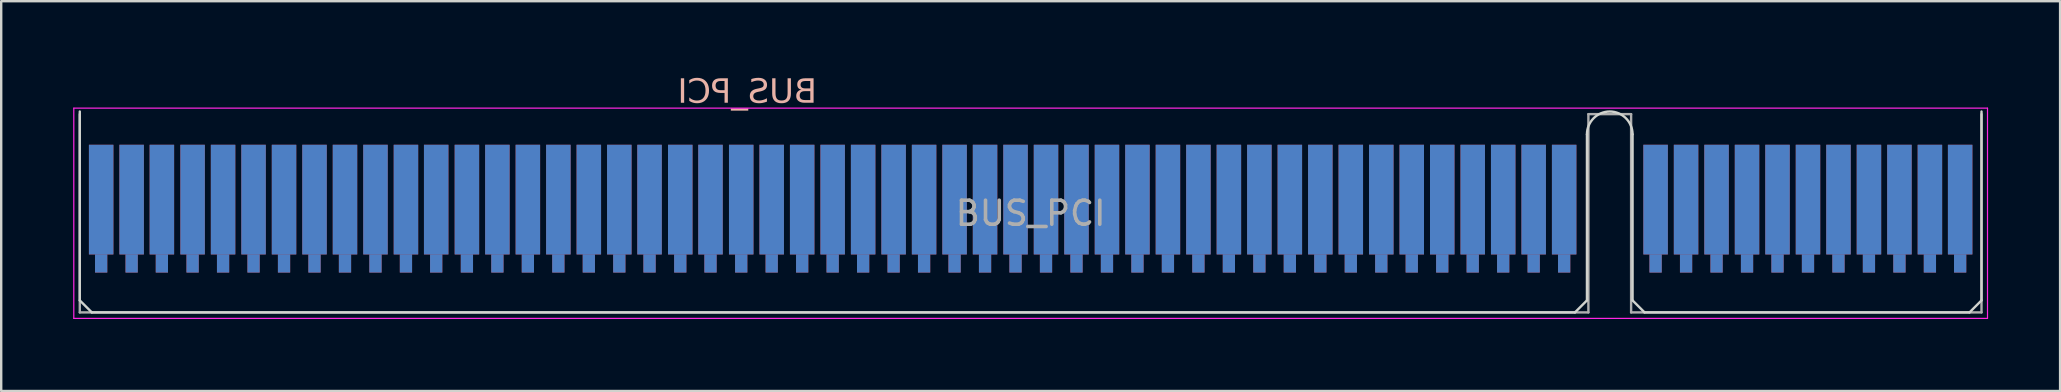
<source format=kicad_pcb>
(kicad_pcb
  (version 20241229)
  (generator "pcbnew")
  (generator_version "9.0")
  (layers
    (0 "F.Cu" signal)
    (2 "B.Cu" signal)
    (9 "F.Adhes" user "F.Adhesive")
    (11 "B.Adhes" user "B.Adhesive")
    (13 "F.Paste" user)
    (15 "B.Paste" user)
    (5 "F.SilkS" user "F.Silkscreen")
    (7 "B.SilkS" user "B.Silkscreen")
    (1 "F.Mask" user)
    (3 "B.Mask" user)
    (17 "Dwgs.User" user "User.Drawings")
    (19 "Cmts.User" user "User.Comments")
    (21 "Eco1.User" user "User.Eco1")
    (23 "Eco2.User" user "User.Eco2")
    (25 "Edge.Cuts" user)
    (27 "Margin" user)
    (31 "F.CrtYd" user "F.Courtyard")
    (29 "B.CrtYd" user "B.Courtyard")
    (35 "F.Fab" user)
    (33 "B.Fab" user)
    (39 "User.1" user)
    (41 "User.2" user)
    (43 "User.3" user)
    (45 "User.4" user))
  (footprint "BUS_PCI"
    (layer "F.Cu")
    (at 39.895 6.597)
    (property "Reference" "BUS_PCI" (at -11.81 -5.78 0) (layer "B.SilkS") (effects (font (face "Anko Personal Use SemBd") (size 1 1) (thickness 0.15)) (justify mirror)))
    (attr exclude_from_pos_files exclude_from_bom)
    (fp_line (start -39.62 -5) (end -39.62 2.87) (stroke (width 0.1) (type solid)) (layer "Edge.Cuts"))
    (fp_line (start -39.62 2.87) (end -39.12 3.37) (stroke (width 0.1) (type solid)) (layer "Edge.Cuts"))
    (fp_line (start -39.12 3.37) (end 22.68 3.37) (stroke (width 0.1) (type solid)) (layer "Edge.Cuts"))
    (fp_line (start 23.18 -4.05) (end 23.18 2.87) (stroke (width 0.1) (type solid)) (layer "Edge.Cuts"))
    (fp_line (start 23.18 2.87) (end 22.68 3.37) (stroke (width 0.1) (type solid)) (layer "Edge.Cuts"))
    (fp_line (start 25.08 -4.05) (end 25.08 2.87) (stroke (width 0.1) (type solid)) (layer "Edge.Cuts"))
    (fp_line (start 25.08 2.87) (end 25.58 3.37) (stroke (width 0.1) (type solid)) (layer "Edge.Cuts"))
    (fp_line (start 25.58 3.37) (end 39.12 3.37) (stroke (width 0.1) (type solid)) (layer "Edge.Cuts"))
    (fp_line (start 39.62 -5) (end 39.62 2.87) (stroke (width 0.1) (type solid)) (layer "Edge.Cuts"))
    (fp_line (start 39.62 2.87) (end 39.12 3.37) (stroke (width 0.1) (type solid)) (layer "Edge.Cuts"))
    (fp_arc (start 23.18 -4.05) (mid 24.13 -5) (end 25.08 -4.05) (stroke (width 0.1) (type solid)) (layer "Edge.Cuts"))
    (fp_line (start -39.87 -5.14) (end -39.87 3.62) (stroke (width 0.05) (type solid)) (layer "F.CrtYd"))
    (fp_line (start -39.87 -5.14) (end 39.87 -5.14) (stroke (width 0.05) (type solid)) (layer "F.CrtYd"))
    (fp_line (start 39.87 3.62) (end -39.87 3.62) (stroke (width 0.05) (type solid)) (layer "F.CrtYd"))
    (fp_line (start 39.87 3.62) (end 39.87 -5.14) (stroke (width 0.05) (type solid)) (layer "F.CrtYd"))
    (fp_line (start -39.62 -4.89) (end -39.62 3.37) (stroke (width 0.1) (type solid)) (layer "F.Fab"))
    (fp_line (start -39.62 3.37) (end 23.24 3.37) (stroke (width 0.1) (type solid)) (layer "F.Fab"))
    (fp_line (start 23.24 -4.89) (end 25.02 -4.89) (stroke (width 0.1) (type solid)) (layer "F.Fab"))
    (fp_line (start 23.24 3.37) (end 23.24 -4.89) (stroke (width 0.1) (type solid)) (layer "F.Fab"))
    (fp_line (start 25.02 -4.89) (end 25.02 3.37) (stroke (width 0.1) (type solid)) (layer "F.Fab"))
    (fp_line (start 25.02 3.37) (end 39.62 3.37) (stroke (width 0.1) (type solid)) (layer "F.Fab"))
    (fp_line (start 39.62 3.37) (end 39.62 -4.89) (stroke (width 0.1) (type solid)) (layer "F.Fab"))
    (fp_text user "${REFERENCE}" (at 0 -0.76 0) (layer "F.Fab") (effects (font (size 1 1) (thickness 0.15))))
    (pad "A1" connect rect (at -38.73 -1.33) (size 1.02 4.57) (layers "B.Cu" "B.Mask"))
    (pad "A1" connect rect (at -38.73 1.33) (size 0.51 0.76) (layers "B.Cu" "B.Mask"))
    (pad "A2" connect rect (at -37.46 -1.33) (size 1.02 4.57) (layers "B.Cu" "B.Mask"))
    (pad "A2" connect rect (at -37.46 1.33) (size 0.51 0.76) (layers "B.Cu" "B.Mask"))
    (pad "A3" connect rect (at -36.2 -1.33) (size 1.02 4.57) (layers "B.Cu" "B.Mask"))
    (pad "A3" connect rect (at -36.2 1.33) (size 0.51 0.76) (layers "B.Cu" "B.Mask"))
    (pad "A4" connect rect (at -34.92 -1.33) (size 1.02 4.57) (layers "B.Cu" "B.Mask"))
    (pad "A4" connect rect (at -34.92 1.33) (size 0.51 0.76) (layers "B.Cu" "B.Mask"))
    (pad "A5" connect rect (at -33.65 -1.33) (size 1.02 4.57) (layers "B.Cu" "B.Mask"))
    (pad "A5" connect rect (at -33.65 1.33) (size 0.51 0.76) (layers "B.Cu" "B.Mask"))
    (pad "A6" connect rect (at -32.38 -1.33) (size 1.02 4.57) (layers "B.Cu" "B.Mask"))
    (pad "A6" connect rect (at -32.38 1.33) (size 0.51 0.76) (layers "B.Cu" "B.Mask"))
    (pad "A7" connect rect (at -31.11 -1.33) (size 1.02 4.57) (layers "B.Cu" "B.Mask"))
    (pad "A7" connect rect (at -31.11 1.33) (size 0.51 0.76) (layers "B.Cu" "B.Mask"))
    (pad "A8" connect rect (at -29.84 -1.33) (size 1.02 4.57) (layers "B.Cu" "B.Mask"))
    (pad "A8" connect rect (at -29.84 1.33) (size 0.51 0.76) (layers "B.Cu" "B.Mask"))
    (pad "A9" connect rect (at -28.57 -1.33) (size 1.02 4.57) (layers "B.Cu" "B.Mask"))
    (pad "A9" connect rect (at -28.57 1.33) (size 0.51 0.76) (layers "B.Cu" "B.Mask"))
    (pad "A10" connect rect (at -27.3 -1.33) (size 1.02 4.57) (layers "B.Cu" "B.Mask"))
    (pad "A10" connect rect (at -27.3 1.33) (size 0.51 0.76) (layers "B.Cu" "B.Mask"))
    (pad "A11" connect rect (at -26.03 -1.33) (size 1.02 4.57) (layers "B.Cu" "B.Mask"))
    (pad "A11" connect rect (at -26.03 1.33) (size 0.51 0.76) (layers "B.Cu" "B.Mask"))
    (pad "A12" connect rect (at -24.77 -1.33) (size 1.02 4.57) (layers "B.Cu" "B.Mask"))
    (pad "A12" connect rect (at -24.77 1.33) (size 0.51 0.76) (layers "B.Cu" "B.Mask"))
    (pad "A13" connect rect (at -23.49 -1.33) (size 1.02 4.57) (layers "B.Cu" "B.Mask"))
    (pad "A13" connect rect (at -23.49 1.33) (size 0.51 0.76) (layers "B.Cu" "B.Mask"))
    (pad "A14" connect rect (at -22.22 -1.33) (size 1.02 4.57) (layers "B.Cu" "B.Mask"))
    (pad "A14" connect rect (at -22.22 1.33) (size 0.51 0.76) (layers "B.Cu" "B.Mask"))
    (pad "A15" connect rect (at -20.95 -1.33) (size 1.02 4.57) (layers "B.Cu" "B.Mask"))
    (pad "A15" connect rect (at -20.95 1.33) (size 0.51 0.76) (layers "B.Cu" "B.Mask"))
    (pad "A16" connect rect (at -19.68 -1.33) (size 1.02 4.57) (layers "B.Cu" "B.Mask"))
    (pad "A16" connect rect (at -19.68 1.33) (size 0.51 0.76) (layers "B.Cu" "B.Mask"))
    (pad "A17" connect rect (at -18.41 -1.33) (size 1.02 4.57) (layers "B.Cu" "B.Mask"))
    (pad "A17" connect rect (at -18.41 1.33) (size 0.51 0.76) (layers "B.Cu" "B.Mask"))
    (pad "A18" connect rect (at -17.14 -1.33) (size 1.02 4.57) (layers "B.Cu" "B.Mask"))
    (pad "A18" connect rect (at -17.14 1.33) (size 0.51 0.76) (layers "B.Cu" "B.Mask"))
    (pad "A19" connect rect (at -15.88 -1.33) (size 1.02 4.57) (layers "B.Cu" "B.Mask"))
    (pad "A19" connect rect (at -15.88 1.33) (size 0.51 0.76) (layers "B.Cu" "B.Mask"))
    (pad "A20" connect rect (at -14.6 -1.33) (size 1.02 4.57) (layers "B.Cu" "B.Mask"))
    (pad "A20" connect rect (at -14.6 1.33) (size 0.51 0.76) (layers "B.Cu" "B.Mask"))
    (pad "A21" connect rect (at -13.34 -1.33) (size 1.02 4.57) (layers "B.Cu" "B.Mask"))
    (pad "A21" connect rect (at -13.34 1.33) (size 0.51 0.76) (layers "B.Cu" "B.Mask"))
    (pad "A22" connect rect (at -12.06 -1.33) (size 1.02 4.57) (layers "B.Cu" "B.Mask"))
    (pad "A22" connect rect (at -12.06 1.33) (size 0.51 0.76) (layers "B.Cu" "B.Mask"))
    (pad "A23" connect rect (at -10.79 -1.33) (size 1.02 4.57) (layers "B.Cu" "B.Mask"))
    (pad "A23" connect rect (at -10.79 1.33) (size 0.51 0.76) (layers "B.Cu" "B.Mask"))
    (pad "A24" connect rect (at -9.52 -1.33) (size 1.02 4.57) (layers "B.Cu" "B.Mask"))
    (pad "A24" connect rect (at -9.52 1.33) (size 0.51 0.76) (layers "B.Cu" "B.Mask"))
    (pad "A25" connect rect (at -8.25 -1.33) (size 1.02 4.57) (layers "B.Cu" "B.Mask"))
    (pad "A25" connect rect (at -8.25 1.33) (size 0.51 0.76) (layers "B.Cu" "B.Mask"))
    (pad "A26" connect rect (at -6.98 -1.33) (size 1.02 4.57) (layers "B.Cu" "B.Mask"))
    (pad "A26" connect rect (at -6.98 1.33) (size 0.51 0.76) (layers "B.Cu" "B.Mask"))
    (pad "A27" connect rect (at -5.71 -1.33) (size 1.02 4.57) (layers "B.Cu" "B.Mask"))
    (pad "A27" connect rect (at -5.71 1.33) (size 0.51 0.76) (layers "B.Cu" "B.Mask"))
    (pad "A28" connect rect (at -4.44 -1.33) (size 1.02 4.57) (layers "B.Cu" "B.Mask"))
    (pad "A28" connect rect (at -4.44 1.33) (size 0.51 0.76) (layers "B.Cu" "B.Mask"))
    (pad "A29" connect rect (at -3.17 -1.33) (size 1.02 4.57) (layers "B.Cu" "B.Mask"))
    (pad "A29" connect rect (at -3.17 1.33) (size 0.51 0.76) (layers "B.Cu" "B.Mask"))
    (pad "A30" connect rect (at -1.9 -1.33) (size 1.02 4.57) (layers "B.Cu" "B.Mask"))
    (pad "A30" connect rect (at -1.9 1.33) (size 0.51 0.76) (layers "B.Cu" "B.Mask"))
    (pad "A31" connect rect (at -0.63 -1.33) (size 1.02 4.57) (layers "B.Cu" "B.Mask"))
    (pad "A31" connect rect (at -0.63 1.33) (size 0.51 0.76) (layers "B.Cu" "B.Mask"))
    (pad "A32" connect rect (at 0.64 -1.33) (size 1.02 4.57) (layers "B.Cu" "B.Mask"))
    (pad "A32" connect rect (at 0.64 1.33) (size 0.51 0.76) (layers "B.Cu" "B.Mask"))
    (pad "A33" connect rect (at 1.91 -1.33) (size 1.02 4.57) (layers "B.Cu" "B.Mask"))
    (pad "A33" connect rect (at 1.91 1.33) (size 0.51 0.76) (layers "B.Cu" "B.Mask"))
    (pad "A34" connect rect (at 3.18 -1.33) (size 1.02 4.57) (layers "B.Cu" "B.Mask"))
    (pad "A34" connect rect (at 3.18 1.33) (size 0.51 0.76) (layers "B.Cu" "B.Mask"))
    (pad "A35" connect rect (at 4.45 -1.33) (size 1.02 4.57) (layers "B.Cu" "B.Mask"))
    (pad "A35" connect rect (at 4.45 1.33) (size 0.51 0.76) (layers "B.Cu" "B.Mask"))
    (pad "A36" connect rect (at 5.72 -1.33) (size 1.02 4.57) (layers "B.Cu" "B.Mask"))
    (pad "A36" connect rect (at 5.72 1.33) (size 0.51 0.76) (layers "B.Cu" "B.Mask"))
    (pad "A37" connect rect (at 6.99 -1.33) (size 1.02 4.57) (layers "B.Cu" "B.Mask"))
    (pad "A37" connect rect (at 6.99 1.33) (size 0.51 0.76) (layers "B.Cu" "B.Mask"))
    (pad "A38" connect rect (at 8.26 -1.33) (size 1.02 4.57) (layers "B.Cu" "B.Mask"))
    (pad "A38" connect rect (at 8.26 1.33) (size 0.51 0.76) (layers "B.Cu" "B.Mask"))
    (pad "A39" connect rect (at 9.53 -1.33) (size 1.02 4.57) (layers "B.Cu" "B.Mask"))
    (pad "A39" connect rect (at 9.53 1.33) (size 0.51 0.76) (layers "B.Cu" "B.Mask"))
    (pad "A40" connect rect (at 10.8 -1.33) (size 1.02 4.57) (layers "B.Cu" "B.Mask"))
    (pad "A40" connect rect (at 10.8 1.33) (size 0.51 0.76) (layers "B.Cu" "B.Mask"))
    (pad "A41" connect rect (at 12.07 -1.33) (size 1.02 4.57) (layers "B.Cu" "B.Mask"))
    (pad "A41" connect rect (at 12.07 1.33) (size 0.51 0.76) (layers "B.Cu" "B.Mask"))
    (pad "A42" connect rect (at 13.34 -1.33) (size 1.02 4.57) (layers "B.Cu" "B.Mask"))
    (pad "A42" connect rect (at 13.34 1.33) (size 0.51 0.76) (layers "B.Cu" "B.Mask"))
    (pad "A43" connect rect (at 14.61 -1.33) (size 1.02 4.57) (layers "B.Cu" "B.Mask"))
    (pad "A43" connect rect (at 14.61 1.33) (size 0.51 0.76) (layers "B.Cu" "B.Mask"))
    (pad "A44" connect rect (at 15.88 -1.33) (size 1.02 4.57) (layers "B.Cu" "B.Mask"))
    (pad "A44" connect rect (at 15.88 1.33) (size 0.51 0.76) (layers "B.Cu" "B.Mask"))
    (pad "A45" connect rect (at 17.15 -1.33) (size 1.02 4.57) (layers "B.Cu" "B.Mask"))
    (pad "A45" connect rect (at 17.15 1.33) (size 0.51 0.76) (layers "B.Cu" "B.Mask"))
    (pad "A46" connect rect (at 18.42 -1.33) (size 1.02 4.57) (layers "B.Cu" "B.Mask"))
    (pad "A46" connect rect (at 18.42 1.33) (size 0.51 0.76) (layers "B.Cu" "B.Mask"))
    (pad "A47" connect rect (at 19.69 -1.33) (size 1.02 4.57) (layers "B.Cu" "B.Mask"))
    (pad "A47" connect rect (at 19.69 1.33) (size 0.51 0.76) (layers "B.Cu" "B.Mask"))
    (pad "A48" connect rect (at 20.96 -1.33) (size 1.02 4.57) (layers "B.Cu" "B.Mask"))
    (pad "A48" connect rect (at 20.96 1.33) (size 0.51 0.76) (layers "B.Cu" "B.Mask"))
    (pad "A49" connect rect (at 22.23 -1.33) (size 1.02 4.57) (layers "B.Cu" "B.Mask"))
    (pad "A49" connect rect (at 22.23 1.33) (size 0.51 0.76) (layers "B.Cu" "B.Mask"))
    (pad "A52" connect rect (at 26.04 -1.33) (size 1.02 4.57) (layers "B.Cu" "B.Mask"))
    (pad "A52" connect rect (at 26.04 1.33) (size 0.51 0.76) (layers "B.Cu" "B.Mask"))
    (pad "A53" connect rect (at 27.31 -1.33) (size 1.02 4.57) (layers "B.Cu" "B.Mask"))
    (pad "A53" connect rect (at 27.31 1.33) (size 0.51 0.76) (layers "B.Cu" "B.Mask"))
    (pad "A54" connect rect (at 28.58 -1.33) (size 1.02 4.57) (layers "B.Cu" "B.Mask"))
    (pad "A54" connect rect (at 28.58 1.33) (size 0.51 0.76) (layers "B.Cu" "B.Mask"))
    (pad "A55" connect rect (at 29.85 -1.33) (size 1.02 4.57) (layers "B.Cu" "B.Mask"))
    (pad "A55" connect rect (at 29.85 1.33) (size 0.51 0.76) (layers "B.Cu" "B.Mask"))
    (pad "A56" connect rect (at 31.12 -1.33) (size 1.02 4.57) (layers "B.Cu" "B.Mask"))
    (pad "A56" connect rect (at 31.12 1.33) (size 0.51 0.76) (layers "B.Cu" "B.Mask"))
    (pad "A57" connect rect (at 32.39 -1.33) (size 1.02 4.57) (layers "B.Cu" "B.Mask"))
    (pad "A57" connect rect (at 32.39 1.33) (size 0.51 0.76) (layers "B.Cu" "B.Mask"))
    (pad "A58" connect rect (at 33.66 -1.33) (size 1.02 4.57) (layers "B.Cu" "B.Mask"))
    (pad "A58" connect rect (at 33.66 1.33) (size 0.51 0.76) (layers "B.Cu" "B.Mask"))
    (pad "A59" connect rect (at 34.93 -1.33) (size 1.02 4.57) (layers "B.Cu" "B.Mask"))
    (pad "A59" connect rect (at 34.93 1.33) (size 0.51 0.76) (layers "B.Cu" "B.Mask"))
    (pad "A60" connect rect (at 36.2 -1.33) (size 1.02 4.57) (layers "B.Cu" "B.Mask"))
    (pad "A60" connect rect (at 36.2 1.33) (size 0.51 0.76) (layers "B.Cu" "B.Mask"))
    (pad "A61" connect rect (at 37.47 -1.33) (size 1.02 4.57) (layers "B.Cu" "B.Mask"))
    (pad "A61" connect rect (at 37.47 1.33) (size 0.51 0.76) (layers "B.Cu" "B.Mask"))
    (pad "A62" connect rect (at 38.73 -1.33) (size 1.02 4.57) (layers "B.Cu" "B.Mask"))
    (pad "A62" connect rect (at 38.73 1.33) (size 0.51 0.76) (layers "B.Cu" "B.Mask"))
    (pad "B1" connect rect (at -38.73 -1.33) (size 1.02 4.57) (layers "F.Cu" "F.Mask"))
    (pad "B1" connect rect (at -38.73 1.33) (size 0.51 0.76) (layers "F.Cu" "F.Mask"))
    (pad "B2" connect rect (at -37.46 -1.33) (size 1.02 4.57) (layers "F.Cu" "F.Mask"))
    (pad "B2" connect rect (at -37.46 1.33) (size 0.51 0.76) (layers "F.Cu" "F.Mask"))
    (pad "B3" connect rect (at -36.2 -1.33) (size 1.02 4.57) (layers "F.Cu" "F.Mask"))
    (pad "B3" connect rect (at -36.2 1.33) (size 0.51 0.76) (layers "F.Cu" "F.Mask"))
    (pad "B4" connect rect (at -34.92 -1.33) (size 1.02 4.57) (layers "F.Cu" "F.Mask"))
    (pad "B4" connect rect (at -34.92 1.33) (size 0.51 0.76) (layers "F.Cu" "F.Mask"))
    (pad "B5" connect rect (at -33.65 -1.33) (size 1.02 4.57) (layers "F.Cu" "F.Mask"))
    (pad "B5" connect rect (at -33.65 1.33) (size 0.51 0.76) (layers "F.Cu" "F.Mask"))
    (pad "B6" connect rect (at -32.38 -1.33) (size 1.02 4.57) (layers "F.Cu" "F.Mask"))
    (pad "B6" connect rect (at -32.38 1.33) (size 0.51 0.76) (layers "F.Cu" "F.Mask"))
    (pad "B7" connect rect (at -31.11 -1.33) (size 1.02 4.57) (layers "F.Cu" "F.Mask"))
    (pad "B7" connect rect (at -31.11 1.33) (size 0.51 0.76) (layers "F.Cu" "F.Mask"))
    (pad "B8" connect rect (at -29.84 -1.33) (size 1.02 4.57) (layers "F.Cu" "F.Mask"))
    (pad "B8" connect rect (at -29.84 1.33) (size 0.51 0.76) (layers "F.Cu" "F.Mask"))
    (pad "B9" connect rect (at -28.57 -1.33) (size 1.02 4.57) (layers "F.Cu" "F.Mask"))
    (pad "B9" connect rect (at -28.57 1.33) (size 0.51 0.76) (layers "F.Cu" "F.Mask"))
    (pad "B10" connect rect (at -27.3 -1.33) (size 1.02 4.57) (layers "F.Cu" "F.Mask"))
    (pad "B10" connect rect (at -27.3 1.33) (size 0.51 0.76) (layers "F.Cu" "F.Mask"))
    (pad "B11" connect rect (at -26.03 -1.33) (size 1.02 4.57) (layers "F.Cu" "F.Mask"))
    (pad "B11" connect rect (at -26.03 1.33) (size 0.51 0.76) (layers "F.Cu" "F.Mask"))
    (pad "B12" connect rect (at -24.77 -1.33) (size 1.02 4.57) (layers "F.Cu" "F.Mask"))
    (pad "B12" connect rect (at -24.77 1.33) (size 0.51 0.76) (layers "F.Cu" "F.Mask"))
    (pad "B13" connect rect (at -23.49 -1.33) (size 1.02 4.57) (layers "F.Cu" "F.Mask"))
    (pad "B13" connect rect (at -23.49 1.33) (size 0.51 0.76) (layers "F.Cu" "F.Mask"))
    (pad "B14" connect rect (at -22.22 -1.33) (size 1.02 4.57) (layers "F.Cu" "F.Mask"))
    (pad "B14" connect rect (at -22.22 1.33) (size 0.51 0.76) (layers "F.Cu" "F.Mask"))
    (pad "B15" connect rect (at -20.95 -1.33) (size 1.02 4.57) (layers "F.Cu" "F.Mask"))
    (pad "B15" connect rect (at -20.95 1.33) (size 0.51 0.76) (layers "F.Cu" "F.Mask"))
    (pad "B16" connect rect (at -19.68 -1.33) (size 1.02 4.57) (layers "F.Cu" "F.Mask"))
    (pad "B16" connect rect (at -19.68 1.33) (size 0.51 0.76) (layers "F.Cu" "F.Mask"))
    (pad "B17" connect rect (at -18.41 -1.33) (size 1.02 4.57) (layers "F.Cu" "F.Mask"))
    (pad "B17" connect rect (at -18.41 1.33) (size 0.51 0.76) (layers "F.Cu" "F.Mask"))
    (pad "B18" connect rect (at -17.14 -1.33) (size 1.02 4.57) (layers "F.Cu" "F.Mask"))
    (pad "B18" connect rect (at -17.14 1.33) (size 0.51 0.76) (layers "F.Cu" "F.Mask"))
    (pad "B19" connect rect (at -15.88 -1.33) (size 1.02 4.57) (layers "F.Cu" "F.Mask"))
    (pad "B19" connect rect (at -15.88 1.33) (size 0.51 0.76) (layers "F.Cu" "F.Mask"))
    (pad "B20" connect rect (at -14.6 -1.33) (size 1.02 4.57) (layers "F.Cu" "F.Mask"))
    (pad "B20" connect rect (at -14.6 1.33) (size 0.51 0.76) (layers "F.Cu" "F.Mask"))
    (pad "B21" connect rect (at -13.34 -1.33) (size 1.02 4.57) (layers "F.Cu" "F.Mask"))
    (pad "B21" connect rect (at -13.34 1.33) (size 0.51 0.76) (layers "F.Cu" "F.Mask"))
    (pad "B22" connect rect (at -12.06 -1.33) (size 1.02 4.57) (layers "F.Cu" "F.Mask"))
    (pad "B22" connect rect (at -12.06 1.33) (size 0.51 0.76) (layers "F.Cu" "F.Mask"))
    (pad "B23" connect rect (at -10.79 -1.33) (size 1.02 4.57) (layers "F.Cu" "F.Mask"))
    (pad "B23" connect rect (at -10.79 1.33) (size 0.51 0.76) (layers "F.Cu" "F.Mask"))
    (pad "B24" connect rect (at -9.52 -1.33) (size 1.02 4.57) (layers "F.Cu" "F.Mask"))
    (pad "B24" connect rect (at -9.52 1.33) (size 0.51 0.76) (layers "F.Cu" "F.Mask"))
    (pad "B25" connect rect (at -8.25 -1.33) (size 1.02 4.57) (layers "F.Cu" "F.Mask"))
    (pad "B25" connect rect (at -8.25 1.33) (size 0.51 0.76) (layers "F.Cu" "F.Mask"))
    (pad "B26" connect rect (at -6.98 -1.33) (size 1.02 4.57) (layers "F.Cu" "F.Mask"))
    (pad "B26" connect rect (at -6.98 1.33) (size 0.51 0.76) (layers "F.Cu" "F.Mask"))
    (pad "B27" connect rect (at -5.71 -1.33) (size 1.02 4.57) (layers "F.Cu" "F.Mask"))
    (pad "B27" connect rect (at -5.71 1.33) (size 0.51 0.76) (layers "F.Cu" "F.Mask"))
    (pad "B28" connect rect (at -4.44 -1.33) (size 1.02 4.57) (layers "F.Cu" "F.Mask"))
    (pad "B28" connect rect (at -4.44 1.33) (size 0.51 0.76) (layers "F.Cu" "F.Mask"))
    (pad "B29" connect rect (at -3.17 -1.33) (size 1.02 4.57) (layers "F.Cu" "F.Mask"))
    (pad "B29" connect rect (at -3.17 1.33) (size 0.51 0.76) (layers "F.Cu" "F.Mask"))
    (pad "B30" connect rect (at -1.9 -1.33) (size 1.02 4.57) (layers "F.Cu" "F.Mask"))
    (pad "B30" connect rect (at -1.9 1.33) (size 0.51 0.76) (layers "F.Cu" "F.Mask"))
    (pad "B31" connect rect (at -0.63 -1.33) (size 1.02 4.57) (layers "F.Cu" "F.Mask"))
    (pad "B31" connect rect (at -0.63 1.33) (size 0.51 0.76) (layers "F.Cu" "F.Mask"))
    (pad "B32" connect rect (at 0.64 -1.33) (size 1.02 4.57) (layers "F.Cu" "F.Mask"))
    (pad "B32" connect rect (at 0.64 1.33) (size 0.51 0.76) (layers "F.Cu" "F.Mask"))
    (pad "B33" connect rect (at 1.91 -1.33) (size 1.02 4.57) (layers "F.Cu" "F.Mask"))
    (pad "B33" connect rect (at 1.91 1.33) (size 0.51 0.76) (layers "F.Cu" "F.Mask"))
    (pad "B34" connect rect (at 3.18 -1.33) (size 1.02 4.57) (layers "F.Cu" "F.Mask"))
    (pad "B34" connect rect (at 3.18 1.33) (size 0.51 0.76) (layers "F.Cu" "F.Mask"))
    (pad "B35" connect rect (at 4.45 -1.33) (size 1.02 4.57) (layers "F.Cu" "F.Mask"))
    (pad "B35" connect rect (at 4.45 1.33) (size 0.51 0.76) (layers "F.Cu" "F.Mask"))
    (pad "B36" connect rect (at 5.72 -1.33) (size 1.02 4.57) (layers "F.Cu" "F.Mask"))
    (pad "B36" connect rect (at 5.72 1.33) (size 0.51 0.76) (layers "F.Cu" "F.Mask"))
    (pad "B37" connect rect (at 6.99 -1.33) (size 1.02 4.57) (layers "F.Cu" "F.Mask"))
    (pad "B37" connect rect (at 6.99 1.33) (size 0.51 0.76) (layers "F.Cu" "F.Mask"))
    (pad "B38" connect rect (at 8.26 -1.33) (size 1.02 4.57) (layers "F.Cu" "F.Mask"))
    (pad "B38" connect rect (at 8.26 1.33) (size 0.51 0.76) (layers "F.Cu" "F.Mask"))
    (pad "B39" connect rect (at 9.53 -1.33) (size 1.02 4.57) (layers "F.Cu" "F.Mask"))
    (pad "B39" connect rect (at 9.53 1.33) (size 0.51 0.76) (layers "F.Cu" "F.Mask"))
    (pad "B40" connect rect (at 10.8 -1.33) (size 1.02 4.57) (layers "F.Cu" "F.Mask"))
    (pad "B40" connect rect (at 10.8 1.33) (size 0.51 0.76) (layers "F.Cu" "F.Mask"))
    (pad "B41" connect rect (at 12.07 -1.33) (size 1.02 4.57) (layers "F.Cu" "F.Mask"))
    (pad "B41" connect rect (at 12.07 1.33) (size 0.51 0.76) (layers "F.Cu" "F.Mask"))
    (pad "B42" connect rect (at 13.34 -1.33) (size 1.02 4.57) (layers "F.Cu" "F.Mask"))
    (pad "B42" connect rect (at 13.34 1.33) (size 0.51 0.76) (layers "F.Cu" "F.Mask"))
    (pad "B43" connect rect (at 14.61 -1.33) (size 1.02 4.57) (layers "F.Cu" "F.Mask"))
    (pad "B43" connect rect (at 14.61 1.33) (size 0.51 0.76) (layers "F.Cu" "F.Mask"))
    (pad "B44" connect rect (at 15.88 -1.33) (size 1.02 4.57) (layers "F.Cu" "F.Mask"))
    (pad "B44" connect rect (at 15.88 1.33) (size 0.51 0.76) (layers "F.Cu" "F.Mask"))
    (pad "B45" connect rect (at 17.15 -1.33) (size 1.02 4.57) (layers "F.Cu" "F.Mask"))
    (pad "B45" connect rect (at 17.15 1.33) (size 0.51 0.76) (layers "F.Cu" "F.Mask"))
    (pad "B46" connect rect (at 18.42 -1.33) (size 1.02 4.57) (layers "F.Cu" "F.Mask"))
    (pad "B46" connect rect (at 18.42 1.33) (size 0.51 0.76) (layers "F.Cu" "F.Mask"))
    (pad "B47" connect rect (at 19.69 -1.33) (size 1.02 4.57) (layers "F.Cu" "F.Mask"))
    (pad "B47" connect rect (at 19.69 1.33) (size 0.51 0.76) (layers "F.Cu" "F.Mask"))
    (pad "B48" connect rect (at 20.96 -1.33) (size 1.02 4.57) (layers "F.Cu" "F.Mask"))
    (pad "B48" connect rect (at 20.96 1.33) (size 0.51 0.76) (layers "F.Cu" "F.Mask"))
    (pad "B49" connect rect (at 22.23 -1.33) (size 1.02 4.57) (layers "F.Cu" "F.Mask"))
    (pad "B49" connect rect (at 22.23 1.33) (size 0.51 0.76) (layers "F.Cu" "F.Mask"))
    (pad "B52" connect rect (at 26.04 -1.33) (size 1.02 4.57) (layers "F.Cu" "F.Mask"))
    (pad "B52" connect rect (at 26.04 1.33) (size 0.51 0.76) (layers "F.Cu" "F.Mask"))
    (pad "B53" connect rect (at 27.31 -1.33) (size 1.02 4.57) (layers "F.Cu" "F.Mask"))
    (pad "B53" connect rect (at 27.31 1.33) (size 0.51 0.76) (layers "F.Cu" "F.Mask"))
    (pad "B54" connect rect (at 28.58 -1.33) (size 1.02 4.57) (layers "F.Cu" "F.Mask"))
    (pad "B54" connect rect (at 28.58 1.33) (size 0.51 0.76) (layers "F.Cu" "F.Mask"))
    (pad "B55" connect rect (at 29.85 -1.33) (size 1.02 4.57) (layers "F.Cu" "F.Mask"))
    (pad "B55" connect rect (at 29.85 1.33) (size 0.51 0.76) (layers "F.Cu" "F.Mask"))
    (pad "B56" connect rect (at 31.12 -1.33) (size 1.02 4.57) (layers "F.Cu" "F.Mask"))
    (pad "B56" connect rect (at 31.12 1.33) (size 0.51 0.76) (layers "F.Cu" "F.Mask"))
    (pad "B57" connect rect (at 32.39 -1.33) (size 1.02 4.57) (layers "F.Cu" "F.Mask"))
    (pad "B57" connect rect (at 32.39 1.33) (size 0.51 0.76) (layers "F.Cu" "F.Mask"))
    (pad "B58" connect rect (at 33.66 -1.33) (size 1.02 4.57) (layers "F.Cu" "F.Mask"))
    (pad "B58" connect rect (at 33.66 1.33) (size 0.51 0.76) (layers "F.Cu" "F.Mask"))
    (pad "B59" connect rect (at 34.93 -1.33) (size 1.02 4.57) (layers "F.Cu" "F.Mask"))
    (pad "B59" connect rect (at 34.93 1.33) (size 0.51 0.76) (layers "F.Cu" "F.Mask"))
    (pad "B60" connect rect (at 36.2 -1.33) (size 1.02 4.57) (layers "F.Cu" "F.Mask"))
    (pad "B60" connect rect (at 36.2 1.33) (size 0.51 0.76) (layers "F.Cu" "F.Mask"))
    (pad "B61" connect rect (at 37.47 -1.33) (size 1.02 4.57) (layers "F.Cu" "F.Mask"))
    (pad "B61" connect rect (at 37.47 1.33) (size 0.51 0.76) (layers "F.Cu" "F.Mask"))
    (pad "B62" connect rect (at 38.73 -1.33) (size 1.02 4.57) (layers "F.Cu" "F.Mask"))
    (pad "B62" connect rect (at 38.73 1.33) (size 0.51 0.76) (layers "F.Cu" "F.Mask")))
  (gr_rect
    (start -3 -3)
    (end 82.79 13.242)
    (stroke (width 0.1) (type default))
    (fill no)
    (layer "Edge.Cuts")))
</source>
